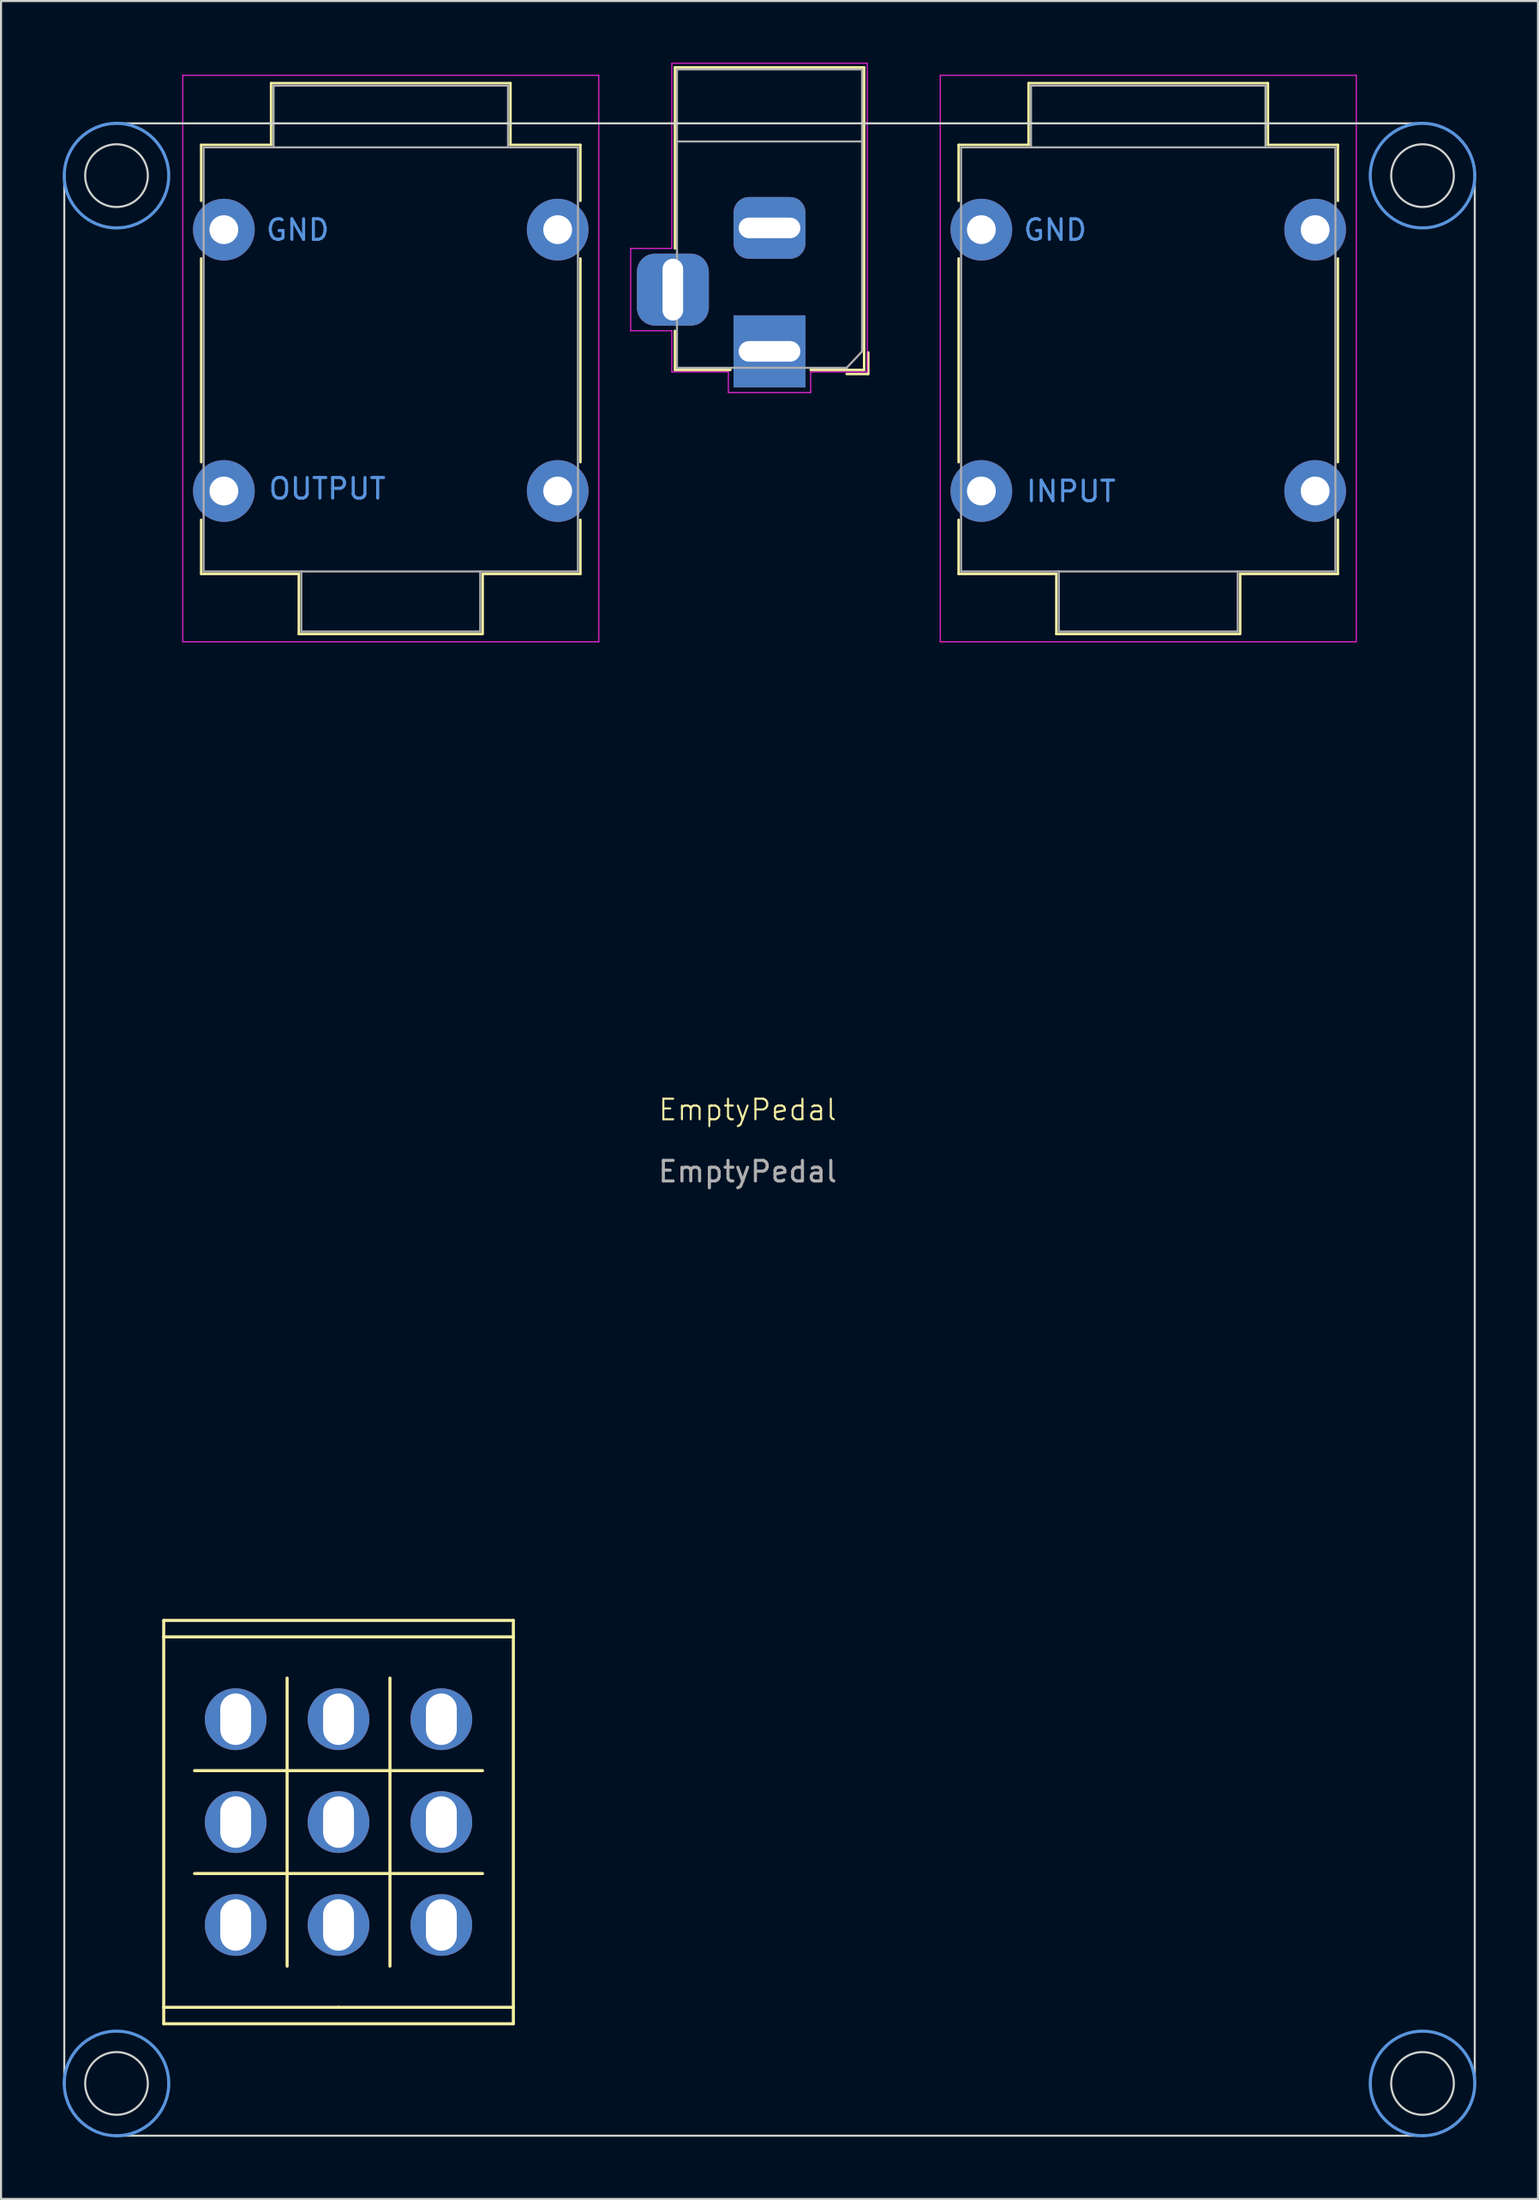
<source format=kicad_pcb>
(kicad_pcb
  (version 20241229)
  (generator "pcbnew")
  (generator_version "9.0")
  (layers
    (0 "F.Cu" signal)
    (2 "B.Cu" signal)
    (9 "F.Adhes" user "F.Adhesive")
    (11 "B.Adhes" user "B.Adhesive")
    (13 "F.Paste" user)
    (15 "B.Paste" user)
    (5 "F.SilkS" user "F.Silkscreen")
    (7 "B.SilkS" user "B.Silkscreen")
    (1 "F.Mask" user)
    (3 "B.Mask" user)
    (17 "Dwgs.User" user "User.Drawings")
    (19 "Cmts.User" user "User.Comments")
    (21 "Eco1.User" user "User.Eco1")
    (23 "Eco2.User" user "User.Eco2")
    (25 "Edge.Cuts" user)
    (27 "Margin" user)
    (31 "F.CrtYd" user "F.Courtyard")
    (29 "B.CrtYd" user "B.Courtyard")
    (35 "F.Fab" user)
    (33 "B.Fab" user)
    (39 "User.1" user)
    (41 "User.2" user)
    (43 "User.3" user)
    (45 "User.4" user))
  (footprint "EmptyPedal"
    (layer "F.Cu")
    (at 33.298 51.383)
    (property "Reference" "EmptyPedal" (at 0 -0.5 0) (unlocked yes) (layer "F.SilkS") (effects (font (size 1 1) (thickness 0.1))))
    (attr through_hole)
    (fp_line (start -28.388 24.312) (end -11.388 24.312) (stroke (width 0.15) (type solid)) (layer "F.SilkS"))
    (fp_line (start -28.388 25.112) (end -28.388 24.312) (stroke (width 0.15) (type solid)) (layer "F.SilkS"))
    (fp_line (start -28.388 25.112) (end -28.388 43.112) (stroke (width 0.15) (type solid)) (layer "F.SilkS"))
    (fp_line (start -28.388 25.112) (end -11.388 25.112) (stroke (width 0.15) (type solid)) (layer "F.SilkS"))
    (fp_line (start -28.388 43.112) (end -19.888 43.112) (stroke (width 0.15) (type solid)) (layer "F.SilkS"))
    (fp_line (start -28.388 43.912) (end -28.388 43.112) (stroke (width 0.15) (type solid)) (layer "F.SilkS"))
    (fp_line (start -28.388 43.912) (end -11.388 43.912) (stroke (width 0.15) (type solid)) (layer "F.SilkS"))
    (fp_line (start -26.888 36.612) (end -12.888 36.612) (stroke (width 0.15) (type solid)) (layer "F.SilkS"))
    (fp_line (start -26.568 -47.393) (end -26.568 -44.673) (stroke (width 0.12) (type solid)) (layer "F.SilkS"))
    (fp_line (start -26.568 -31.973) (end -26.568 -41.873) (stroke (width 0.12) (type solid)) (layer "F.SilkS"))
    (fp_line (start -26.568 -26.543) (end -26.568 -29.173) (stroke (width 0.12) (type solid)) (layer "F.SilkS"))
    (fp_line (start -23.168 -47.393) (end -26.568 -47.393) (stroke (width 0.12) (type solid)) (layer "F.SilkS"))
    (fp_line (start -23.168 -47.393) (end -23.168 -50.393) (stroke (width 0.12) (type solid)) (layer "F.SilkS"))
    (fp_line (start -22.388 41.112) (end -22.388 27.112) (stroke (width 0.15) (type solid)) (layer "F.SilkS"))
    (fp_line (start -21.818 -26.543) (end -26.568 -26.543) (stroke (width 0.12) (type solid)) (layer "F.SilkS"))
    (fp_line (start -21.818 -23.623) (end -21.818 -26.543) (stroke (width 0.12) (type solid)) (layer "F.SilkS"))
    (fp_line (start -17.388 27.112) (end -17.388 41.112) (stroke (width 0.15) (type solid)) (layer "F.SilkS"))
    (fp_line (start -12.918 -23.623) (end -21.818 -23.623) (stroke (width 0.12) (type solid)) (layer "F.SilkS"))
    (fp_line (start -12.888 31.612) (end -26.888 31.612) (stroke (width 0.15) (type solid)) (layer "F.SilkS"))
    (fp_line (start -12.878 -23.623) (end -12.878 -26.543) (stroke (width 0.12) (type solid)) (layer "F.SilkS"))
    (fp_line (start -11.528 -50.393) (end -23.168 -50.393) (stroke (width 0.12) (type solid)) (layer "F.SilkS"))
    (fp_line (start -11.528 -47.393) (end -11.528 -50.393) (stroke (width 0.12) (type solid)) (layer "F.SilkS"))
    (fp_line (start -11.388 24.312) (end -11.388 25.112) (stroke (width 0.15) (type solid)) (layer "F.SilkS"))
    (fp_line (start -11.388 25.112) (end -11.388 43.112) (stroke (width 0.15) (type solid)) (layer "F.SilkS"))
    (fp_line (start -11.388 43.112) (end -19.888 43.112) (stroke (width 0.15) (type solid)) (layer "F.SilkS"))
    (fp_line (start -11.388 43.912) (end -11.388 43.112) (stroke (width 0.15) (type solid)) (layer "F.SilkS"))
    (fp_line (start -8.128 -47.393) (end -11.528 -47.393) (stroke (width 0.12) (type solid)) (layer "F.SilkS"))
    (fp_line (start -8.128 -47.393) (end -8.128 -44.673) (stroke (width 0.12) (type solid)) (layer "F.SilkS"))
    (fp_line (start -8.128 -41.873) (end -8.128 -31.973) (stroke (width 0.12) (type solid)) (layer "F.SilkS"))
    (fp_line (start -8.128 -29.173) (end -8.128 -26.543) (stroke (width 0.12) (type solid)) (layer "F.SilkS"))
    (fp_line (start -8.128 -26.543) (end -12.878 -26.543) (stroke (width 0.12) (type solid)) (layer "F.SilkS"))
    (fp_line (start -3.533 -51.158) (end 5.667 -51.158) (stroke (width 0.12) (type solid)) (layer "F.SilkS"))
    (fp_line (start -3.533 -42.358) (end -3.533 -51.158) (stroke (width 0.12) (type solid)) (layer "F.SilkS"))
    (fp_line (start -3.533 -36.458) (end -3.533 -38.358) (stroke (width 0.12) (type solid)) (layer "F.SilkS"))
    (fp_line (start -0.833 -36.458) (end -3.533 -36.458) (stroke (width 0.12) (type solid)) (layer "F.SilkS"))
    (fp_line (start 4.817 -36.258) (end 5.867 -36.258) (stroke (width 0.12) (type solid)) (layer "F.SilkS"))
    (fp_line (start 5.667 -51.158) (end 5.667 -36.458) (stroke (width 0.12) (type solid)) (layer "F.SilkS"))
    (fp_line (start 5.667 -36.458) (end 3.067 -36.458) (stroke (width 0.12) (type solid)) (layer "F.SilkS"))
    (fp_line (start 5.867 -37.308) (end 5.867 -36.258) (stroke (width 0.12) (type solid)) (layer "F.SilkS"))
    (fp_line (start 10.262 -47.393) (end 10.262 -44.673) (stroke (width 0.12) (type solid)) (layer "F.SilkS"))
    (fp_line (start 10.262 -31.973) (end 10.262 -41.873) (stroke (width 0.12) (type solid)) (layer "F.SilkS"))
    (fp_line (start 10.262 -26.543) (end 10.262 -29.173) (stroke (width 0.12) (type solid)) (layer "F.SilkS"))
    (fp_line (start 13.662 -47.393) (end 10.262 -47.393) (stroke (width 0.12) (type solid)) (layer "F.SilkS"))
    (fp_line (start 13.662 -47.393) (end 13.662 -50.393) (stroke (width 0.12) (type solid)) (layer "F.SilkS"))
    (fp_line (start 15.012 -26.543) (end 10.262 -26.543) (stroke (width 0.12) (type solid)) (layer "F.SilkS"))
    (fp_line (start 15.012 -23.623) (end 15.012 -26.543) (stroke (width 0.12) (type solid)) (layer "F.SilkS"))
    (fp_line (start 23.912 -23.623) (end 15.012 -23.623) (stroke (width 0.12) (type solid)) (layer "F.SilkS"))
    (fp_line (start 23.952 -23.623) (end 23.952 -26.543) (stroke (width 0.12) (type solid)) (layer "F.SilkS"))
    (fp_line (start 25.302 -50.393) (end 13.662 -50.393) (stroke (width 0.12) (type solid)) (layer "F.SilkS"))
    (fp_line (start 25.302 -47.393) (end 25.302 -50.393) (stroke (width 0.12) (type solid)) (layer "F.SilkS"))
    (fp_line (start 28.702 -47.393) (end 25.302 -47.393) (stroke (width 0.12) (type solid)) (layer "F.SilkS"))
    (fp_line (start 28.702 -47.393) (end 28.702 -44.673) (stroke (width 0.12) (type solid)) (layer "F.SilkS"))
    (fp_line (start 28.702 -41.873) (end 28.702 -31.973) (stroke (width 0.12) (type solid)) (layer "F.SilkS"))
    (fp_line (start 28.702 -29.173) (end 28.702 -26.543) (stroke (width 0.12) (type solid)) (layer "F.SilkS"))
    (fp_line (start 28.702 -26.543) (end 23.952 -26.543) (stroke (width 0.12) (type solid)) (layer "F.SilkS"))
    (fp_circle (center -30.683 -45.898) (end -28.143 -45.898) (stroke (width 0.15) (type default)) (fill no) (layer "Cmts.User"))
    (fp_circle (center -30.683 46.812) (end -28.143 46.812) (stroke (width 0.15) (type default)) (fill no) (layer "Cmts.User"))
    (fp_circle (center 32.817 -45.898) (end 35.357 -45.898) (stroke (width 0.15) (type default)) (fill no) (layer "Cmts.User"))
    (fp_circle (center 32.817 46.812) (end 35.357 46.812) (stroke (width 0.15) (type default)) (fill no) (layer "Cmts.User"))
    (fp_line (start -33.223 -45.898) (end -33.223 46.812) (stroke (width 0.1) (type default)) (layer "Edge.Cuts"))
    (fp_line (start -30.683 49.352) (end 32.817 49.352) (stroke (width 0.1) (type default)) (layer "Edge.Cuts"))
    (fp_line (start 32.817 -48.438) (end -30.683 -48.438) (stroke (width 0.1) (type default)) (layer "Edge.Cuts"))
    (fp_line (start 35.357 46.812) (end 35.357 -45.898) (stroke (width 0.1) (type default)) (layer "Edge.Cuts"))
    (fp_arc (start -33.2232 -45.8978) (mid -32.479251 -47.693851) (end -30.6832 -48.4378) (stroke (width 0.1) (type default)) (layer "Edge.Cuts"))
    (fp_arc (start -30.6832 49.3522) (mid -32.479251 48.608251) (end -33.2232 46.8122) (stroke (width 0.1) (type default)) (layer "Edge.Cuts"))
    (fp_arc (start 32.8168 -48.4378) (mid 34.612851 -47.693851) (end 35.3568 -45.8978) (stroke (width 0.1) (type default)) (layer "Edge.Cuts"))
    (fp_arc (start 35.3568 46.8122) (mid 34.612851 48.608251) (end 32.8168 49.3522) (stroke (width 0.1) (type default)) (layer "Edge.Cuts"))
    (fp_circle (center -30.683 -45.898) (end -29.159 -45.898) (stroke (width 0.1) (type default)) (fill no) (layer "Edge.Cuts"))
    (fp_circle (center -30.683 46.812) (end -29.159 46.812) (stroke (width 0.1) (type default)) (fill no) (layer "Edge.Cuts"))
    (fp_circle (center 32.817 -45.898) (end 34.341 -45.898) (stroke (width 0.1) (type default)) (fill no) (layer "Edge.Cuts"))
    (fp_circle (center 32.817 46.812) (end 34.341 46.812) (stroke (width 0.1) (type default)) (fill no) (layer "Edge.Cuts"))
    (fp_line (start -27.463 -50.773) (end -27.463 -23.243) (stroke (width 0.05) (type solid)) (layer "F.CrtYd"))
    (fp_line (start -7.233 -50.773) (end -27.463 -50.773) (stroke (width 0.05) (type solid)) (layer "F.CrtYd"))
    (fp_line (start -7.233 -23.243) (end -27.463 -23.243) (stroke (width 0.05) (type solid)) (layer "F.CrtYd"))
    (fp_line (start -7.233 -23.243) (end -7.233 -50.773) (stroke (width 0.05) (type solid)) (layer "F.CrtYd"))
    (fp_line (start -5.683 -42.358) (end -3.683 -42.358) (stroke (width 0.05) (type solid)) (layer "F.CrtYd"))
    (fp_line (start -5.683 -38.358) (end -5.683 -42.358) (stroke (width 0.05) (type solid)) (layer "F.CrtYd"))
    (fp_line (start -3.683 -51.358) (end 5.817 -51.358) (stroke (width 0.05) (type solid)) (layer "F.CrtYd"))
    (fp_line (start -3.683 -42.358) (end -3.683 -51.358) (stroke (width 0.05) (type solid)) (layer "F.CrtYd"))
    (fp_line (start -3.683 -38.358) (end -5.683 -38.358) (stroke (width 0.05) (type solid)) (layer "F.CrtYd"))
    (fp_line (start -3.683 -36.358) (end -3.683 -38.358) (stroke (width 0.05) (type solid)) (layer "F.CrtYd"))
    (fp_line (start -0.933 -36.358) (end -3.683 -36.358) (stroke (width 0.05) (type solid)) (layer "F.CrtYd"))
    (fp_line (start -0.933 -35.358) (end -0.933 -36.358) (stroke (width 0.05) (type solid)) (layer "F.CrtYd"))
    (fp_line (start 3.067 -36.358) (end 3.067 -35.358) (stroke (width 0.05) (type solid)) (layer "F.CrtYd"))
    (fp_line (start 3.067 -35.358) (end -0.933 -35.358) (stroke (width 0.05) (type solid)) (layer "F.CrtYd"))
    (fp_line (start 5.567 -36.358) (end 3.067 -36.358) (stroke (width 0.05) (type solid)) (layer "F.CrtYd"))
    (fp_line (start 5.567 -36.358) (end 5.817 -36.358) (stroke (width 0.05) (type solid)) (layer "F.CrtYd"))
    (fp_line (start 5.817 -36.358) (end 5.817 -51.358) (stroke (width 0.05) (type solid)) (layer "F.CrtYd"))
    (fp_line (start 9.367 -50.773) (end 9.367 -23.243) (stroke (width 0.05) (type solid)) (layer "F.CrtYd"))
    (fp_line (start 29.597 -50.773) (end 9.367 -50.773) (stroke (width 0.05) (type solid)) (layer "F.CrtYd"))
    (fp_line (start 29.597 -23.243) (end 9.367 -23.243) (stroke (width 0.05) (type solid)) (layer "F.CrtYd"))
    (fp_line (start 29.597 -23.243) (end 29.597 -50.773) (stroke (width 0.05) (type solid)) (layer "F.CrtYd"))
    (fp_line (start -26.448 -47.273) (end -26.448 -26.663) (stroke (width 0.1) (type solid)) (layer "F.Fab"))
    (fp_line (start -23.048 -50.273) (end -23.048 -47.273) (stroke (width 0.1) (type solid)) (layer "F.Fab"))
    (fp_line (start -21.698 -23.743) (end -21.698 -26.663) (stroke (width 0.1) (type solid)) (layer "F.Fab"))
    (fp_line (start -12.998 -23.743) (end -21.698 -23.743) (stroke (width 0.1) (type solid)) (layer "F.Fab"))
    (fp_line (start -12.998 -23.743) (end -12.998 -26.663) (stroke (width 0.1) (type solid)) (layer "F.Fab"))
    (fp_line (start -11.648 -50.273) (end -23.048 -50.273) (stroke (width 0.1) (type solid)) (layer "F.Fab"))
    (fp_line (start -11.648 -50.273) (end -11.648 -47.273) (stroke (width 0.1) (type solid)) (layer "F.Fab"))
    (fp_line (start -8.248 -47.273) (end -26.448 -47.273) (stroke (width 0.1) (type solid)) (layer "F.Fab"))
    (fp_line (start -8.248 -47.273) (end -8.248 -26.663) (stroke (width 0.1) (type solid)) (layer "F.Fab"))
    (fp_line (start -8.248 -26.663) (end -26.448 -26.663) (stroke (width 0.1) (type solid)) (layer "F.Fab"))
    (fp_line (start -3.433 -51.058) (end -3.433 -36.558) (stroke (width 0.1) (type solid)) (layer "F.Fab"))
    (fp_line (start -3.433 -36.558) (end 4.817 -36.558) (stroke (width 0.1) (type solid)) (layer "F.Fab"))
    (fp_line (start 5.567 -51.058) (end -3.433 -51.058) (stroke (width 0.1) (type solid)) (layer "F.Fab"))
    (fp_line (start 5.567 -47.558) (end -3.433 -47.558) (stroke (width 0.1) (type solid)) (layer "F.Fab"))
    (fp_line (start 5.567 -37.358) (end 5.567 -51.058) (stroke (width 0.1) (type solid)) (layer "F.Fab"))
    (fp_line (start 5.572 -37.361) (end 4.817 -36.558) (stroke (width 0.1) (type solid)) (layer "F.Fab"))
    (fp_line (start 10.382 -47.273) (end 10.382 -26.663) (stroke (width 0.1) (type solid)) (layer "F.Fab"))
    (fp_line (start 13.782 -50.273) (end 13.782 -47.273) (stroke (width 0.1) (type solid)) (layer "F.Fab"))
    (fp_line (start 15.132 -23.743) (end 15.132 -26.663) (stroke (width 0.1) (type solid)) (layer "F.Fab"))
    (fp_line (start 23.832 -23.743) (end 15.132 -23.743) (stroke (width 0.1) (type solid)) (layer "F.Fab"))
    (fp_line (start 23.832 -23.743) (end 23.832 -26.663) (stroke (width 0.1) (type solid)) (layer "F.Fab"))
    (fp_line (start 25.182 -50.273) (end 13.782 -50.273) (stroke (width 0.1) (type solid)) (layer "F.Fab"))
    (fp_line (start 25.182 -50.273) (end 25.182 -47.273) (stroke (width 0.1) (type solid)) (layer "F.Fab"))
    (fp_line (start 28.582 -47.273) (end 10.382 -47.273) (stroke (width 0.1) (type solid)) (layer "F.Fab"))
    (fp_line (start 28.582 -47.273) (end 28.582 -26.663) (stroke (width 0.1) (type solid)) (layer "F.Fab"))
    (fp_line (start 28.582 -26.663) (end 10.382 -26.663) (stroke (width 0.1) (type solid)) (layer "F.Fab"))
    (fp_text user "GND" (at -23.495 -42.672 0) (unlocked yes) (layer "Cmts.User") (effects (font (size 1 1) (thickness 0.15)) (justify left bottom)))
    (fp_text user "INPUT" (at 13.462 -29.972 0) (unlocked yes) (layer "Cmts.User") (effects (font (size 1 1) (thickness 0.15)) (justify left bottom)))
    (fp_text user "GND" (at 13.335 -42.672 0) (unlocked yes) (layer "Cmts.User") (effects (font (size 1 1) (thickness 0.15)) (justify left bottom)))
    (fp_text user "OUTPUT" (at -23.368 -30.099 0) (unlocked yes) (layer "Cmts.User") (effects (font (size 1 1) (thickness 0.15)) (justify left bottom)))
    (fp_text user "${REFERENCE}" (at 0 2.5 0) (unlocked yes) (layer "F.Fab") (effects (font (size 1 1) (thickness 0.15))))
    (pad "1" thru_hole circle (at 11.367 -30.573 90) (size 3 3) (drill 1.4) (layers "*.Cu" "*.Mask"))
    (pad "1" thru_hole circle (at 27.597 -30.573 90) (size 3 3) (drill 1.4) (layers "*.Cu" "*.Mask"))
    (pad "2" thru_hole circle (at -25.463 -30.573 90) (size 3 3) (drill 1.4) (layers "*.Cu" "*.Mask"))
    (pad "2" thru_hole circle (at -9.233 -30.573 90) (size 3 3) (drill 1.4) (layers "*.Cu" "*.Mask"))
    (pad "3" thru_hole circle (at -25.463 -43.273 90) (size 3 3) (drill 1.4) (layers "*.Cu" "*.Mask"))
    (pad "3" thru_hole circle (at -9.233 -43.273 90) (size 3 3) (drill 1.4) (layers "*.Cu" "*.Mask"))
    (pad "3" thru_hole rect (at 1.067 -37.358 270) (size 3.5 3.5) (drill oval 1 3) (layers "*.Cu" "*.Mask"))
    (pad "3" thru_hole circle (at 11.367 -43.273 90) (size 3 3) (drill 1.4) (layers "*.Cu" "*.Mask"))
    (pad "3" thru_hole circle (at 27.597 -43.273 90) (size 3 3) (drill 1.4) (layers "*.Cu" "*.Mask"))
    (pad "4" thru_hole oval (at -14.888 29.112 270) (size 3 3) (drill oval 2.5 1.5) (layers "*.Cu" "*.Mask"))
    (pad "5" thru_hole oval (at -14.888 34.112 270) (size 3 3) (drill oval 2.5 1.5) (layers "*.Cu" "*.Mask"))
    (pad "6" thru_hole oval (at -14.888 39.112 270) (size 3 3) (drill oval 2.5 1.5) (layers "*.Cu" "*.Mask"))
    (pad "7" thru_hole oval (at -19.888 29.112 270) (size 3 3) (drill oval 2.5 1.5) (layers "*.Cu" "*.Mask"))
    (pad "8" thru_hole oval (at -19.888 34.112 270) (size 3 3) (drill oval 2.5 1.5) (layers "*.Cu" "*.Mask"))
    (pad "9" thru_hole oval (at -19.888 39.112 270) (size 3 3) (drill oval 2.5 1.5) (layers "*.Cu" "*.Mask"))
    (pad "10" thru_hole oval (at -24.888 29.112 270) (size 3 3) (drill oval 2.5 1.5) (layers "*.Cu" "*.Mask"))
    (pad "11" thru_hole oval (at -24.888 34.112 270) (size 3 3) (drill oval 2.5 1.5) (layers "*.Cu" "*.Mask"))
    (pad "12" thru_hole oval (at -24.888 39.112 270) (size 3 3) (drill oval 2.5 1.5) (layers "*.Cu" "*.Mask"))
    (pad "13" thru_hole roundrect (at 1.067 -43.358 270) (size 3 3.5) (drill oval 1 3) (layers "*.Cu" "*.Mask") (roundrect_rratio 0.25))
    (pad "NC" thru_hole roundrect (at -3.633 -40.358 270) (size 3.5 3.5) (drill oval 3 1) (layers "*.Cu" "*.Mask") (roundrect_rratio 0.25)))
  (gr_rect
    (start -3 -3)
    (end 71.73 103.81)
    (stroke (width 0.1) (type default))
    (fill no)
    (layer "Edge.Cuts")))
</source>
